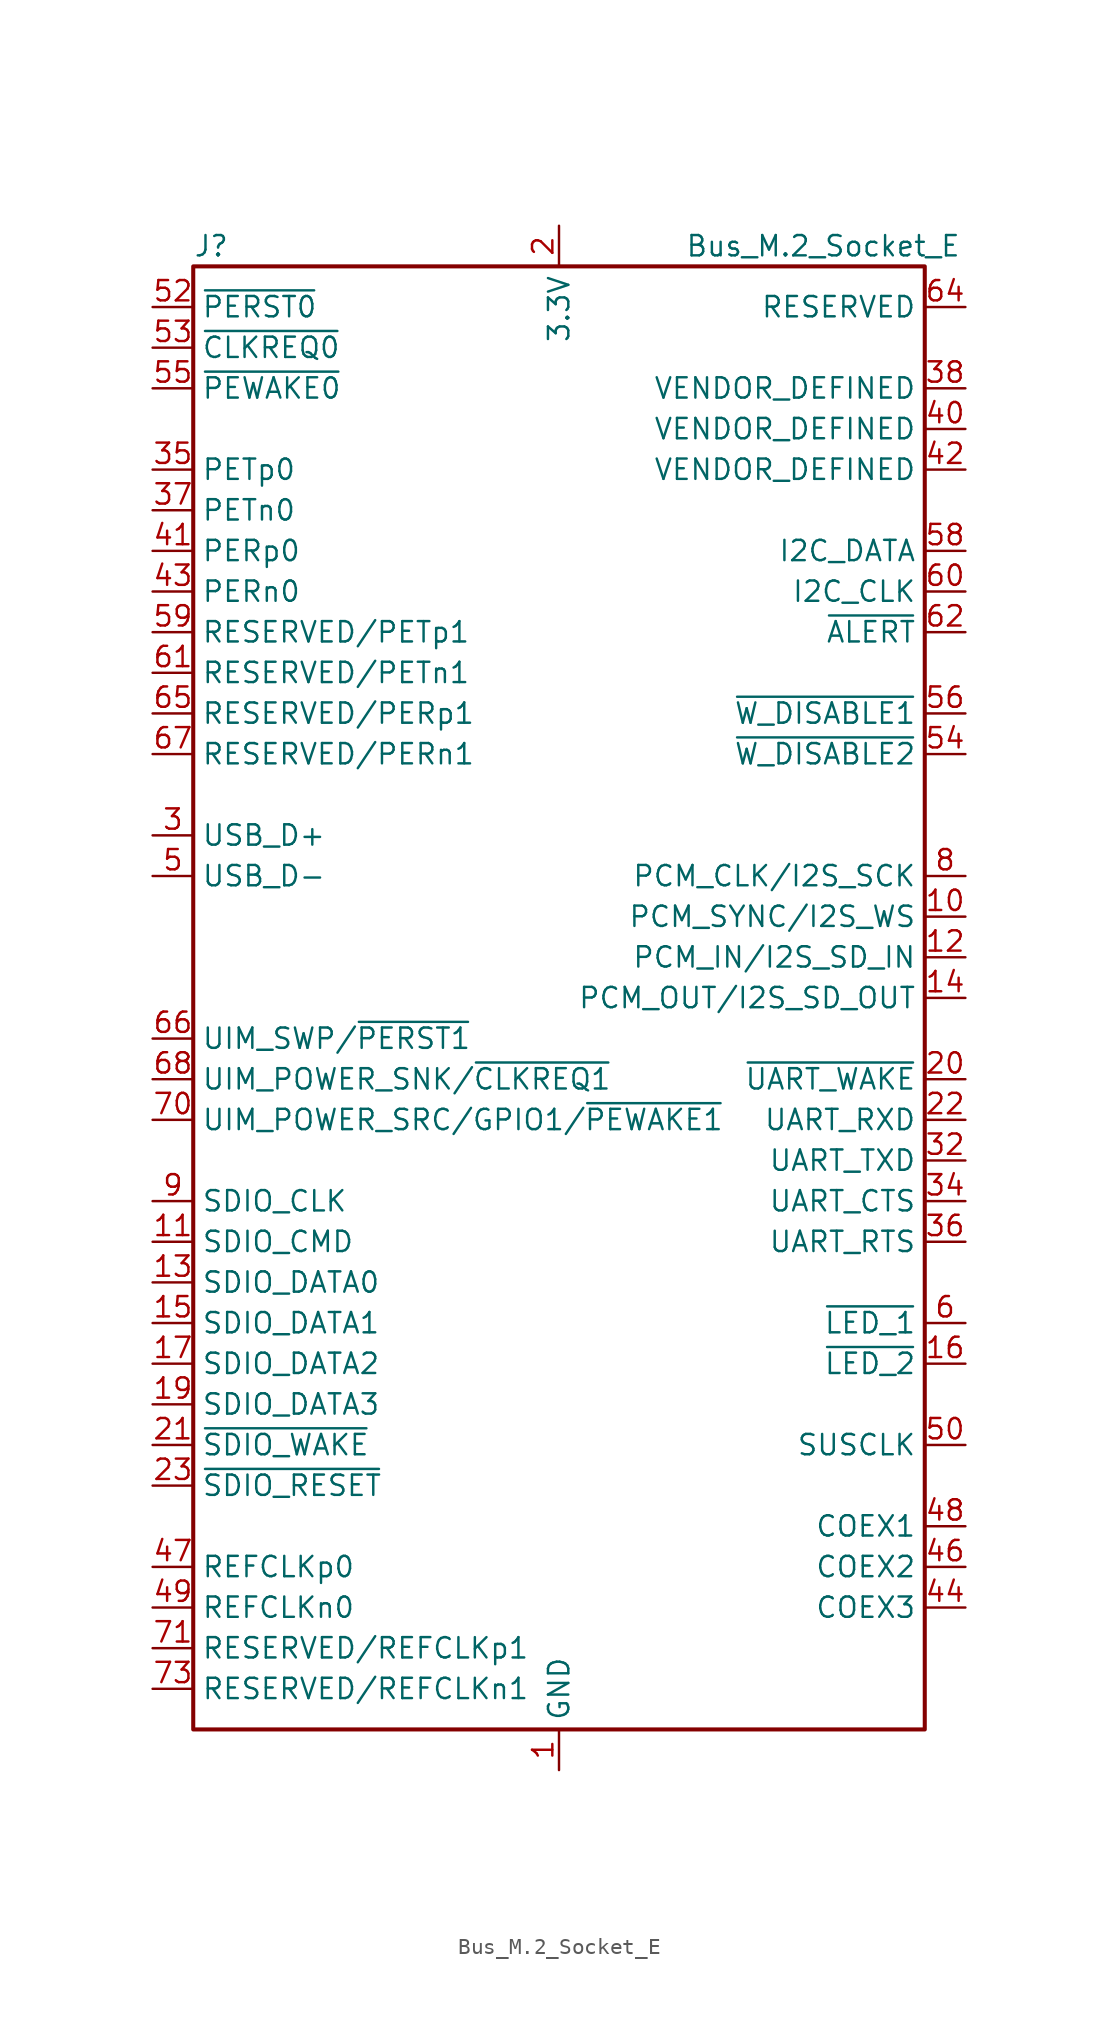
<source format=kicad_sym>
(kicad_symbol_lib
  (version 20211014)
  (generator kicad_symbol_editor)
  (symbol "Bus_M.2_Socket_E"
    (property "Reference" "J"
      (at -22.86 46.99 0)
      (effects (font (size 1.27 1.27)) (justify left)))
    (property "Value" "Bus_M.2_Socket_E"
      (at 16.51 46.99 0)
      (effects (font (size 1.27 1.27))))
    (symbol "Bus_M.2_Socket_E_0_1"
      (rectangle (start -22.86 45.72) (end 22.86 -45.72) (stroke (width 0.254) (type default) (color 0 0 0 0)) (fill (type none))))
    (symbol "Bus_M.2_Socket_E_1_1"
      (pin power_in line (at 0 -48.26 90) (length 2.54) (name "GND" (effects (font (size 1.27 1.27)))) (number "1" (effects (font (size 1.27 1.27)))))
      (pin bidirectional line (at 25.4 5.08 180) (length 2.54) (name "PCM_SYNC/I2S_WS" (effects (font (size 1.27 1.27)))) (number "10" (effects (font (size 1.27 1.27)))))
      (pin bidirectional line (at -25.4 -15.24 0) (length 2.54) (name "SDIO_CMD" (effects (font (size 1.27 1.27)))) (number "11" (effects (font (size 1.27 1.27)))))
      (pin input line (at 25.4 2.54 180) (length 2.54) (name "PCM_IN/I2S_SD_IN" (effects (font (size 1.27 1.27)))) (number "12" (effects (font (size 1.27 1.27)))))
      (pin bidirectional line (at -25.4 -17.78 0) (length 2.54) (name "SDIO_DATA0" (effects (font (size 1.27 1.27)))) (number "13" (effects (font (size 1.27 1.27)))))
      (pin output line (at 25.4 0 180) (length 2.54) (name "PCM_OUT/I2S_SD_OUT" (effects (font (size 1.27 1.27)))) (number "14" (effects (font (size 1.27 1.27)))))
      (pin bidirectional line (at -25.4 -20.32 0) (length 2.54) (name "SDIO_DATA1" (effects (font (size 1.27 1.27)))) (number "15" (effects (font (size 1.27 1.27)))))
      (pin open_collector line (at 25.4 -22.86 180) (length 2.54) (name "~{LED_2}" (effects (font (size 1.27 1.27)))) (number "16" (effects (font (size 1.27 1.27)))))
      (pin bidirectional line (at -25.4 -22.86 0) (length 2.54) (name "SDIO_DATA2" (effects (font (size 1.27 1.27)))) (number "17" (effects (font (size 1.27 1.27)))))
      (pin passive line (at 0 -48.26 90) (length 2.54) hide (name "GND" (effects (font (size 1.27 1.27)))) (number "18" (effects (font (size 1.27 1.27)))))
      (pin bidirectional line (at -25.4 -25.4 0) (length 2.54) (name "SDIO_DATA3" (effects (font (size 1.27 1.27)))) (number "19" (effects (font (size 1.27 1.27)))))
      (pin power_in line (at 0 48.26 270) (length 2.54) (name "3.3V" (effects (font (size 1.27 1.27)))) (number "2" (effects (font (size 1.27 1.27)))))
      (pin input line (at 25.4 -5.08 180) (length 2.54) (name "~{UART_WAKE}" (effects (font (size 1.27 1.27)))) (number "20" (effects (font (size 1.27 1.27)))))
      (pin input line (at -25.4 -27.94 0) (length 2.54) (name "~{SDIO_WAKE}" (effects (font (size 1.27 1.27)))) (number "21" (effects (font (size 1.27 1.27)))))
      (pin input line (at 25.4 -7.62 180) (length 2.54) (name "UART_RXD" (effects (font (size 1.27 1.27)))) (number "22" (effects (font (size 1.27 1.27)))))
      (pin output line (at -25.4 -30.48 0) (length 2.54) (name "~{SDIO_RESET}" (effects (font (size 1.27 1.27)))) (number "23" (effects (font (size 1.27 1.27)))))
      (pin bidirectional line (at -25.4 10.16 0) (length 2.54) (name "USB_D+" (effects (font (size 1.27 1.27)))) (number "3" (effects (font (size 1.27 1.27)))))
      (pin output line (at 25.4 -10.16 180) (length 2.54) (name "UART_TXD" (effects (font (size 1.27 1.27)))) (number "32" (effects (font (size 1.27 1.27)))))
      (pin passive line (at 0 -48.26 90) (length 2.54) hide (name "GND" (effects (font (size 1.27 1.27)))) (number "33" (effects (font (size 1.27 1.27)))))
      (pin input line (at 25.4 -12.7 180) (length 2.54) (name "UART_CTS" (effects (font (size 1.27 1.27)))) (number "34" (effects (font (size 1.27 1.27)))))
      (pin output line (at -25.4 33.02 0) (length 2.54) (name "PETp0" (effects (font (size 1.27 1.27)))) (number "35" (effects (font (size 1.27 1.27)))))
      (pin output line (at 25.4 -15.24 180) (length 2.54) (name "UART_RTS" (effects (font (size 1.27 1.27)))) (number "36" (effects (font (size 1.27 1.27)))))
      (pin output line (at -25.4 30.48 0) (length 2.54) (name "PETn0" (effects (font (size 1.27 1.27)))) (number "37" (effects (font (size 1.27 1.27)))))
      (pin passive line (at 25.4 38.1 180) (length 2.54) (name "VENDOR_DEFINED" (effects (font (size 1.27 1.27)))) (number "38" (effects (font (size 1.27 1.27)))))
      (pin passive line (at 0 -48.26 90) (length 2.54) hide (name "GND" (effects (font (size 1.27 1.27)))) (number "39" (effects (font (size 1.27 1.27)))))
      (pin passive line (at 0 48.26 270) (length 2.54) hide (name "3.3V" (effects (font (size 1.27 1.27)))) (number "4" (effects (font (size 1.27 1.27)))))
      (pin passive line (at 25.4 35.56 180) (length 2.54) (name "VENDOR_DEFINED" (effects (font (size 1.27 1.27)))) (number "40" (effects (font (size 1.27 1.27)))))
      (pin input line (at -25.4 27.94 0) (length 2.54) (name "PERp0" (effects (font (size 1.27 1.27)))) (number "41" (effects (font (size 1.27 1.27)))))
      (pin passive line (at 25.4 33.02 180) (length 2.54) (name "VENDOR_DEFINED" (effects (font (size 1.27 1.27)))) (number "42" (effects (font (size 1.27 1.27)))))
      (pin input line (at -25.4 25.4 0) (length 2.54) (name "PERn0" (effects (font (size 1.27 1.27)))) (number "43" (effects (font (size 1.27 1.27)))))
      (pin bidirectional line (at 25.4 -38.1 180) (length 2.54) (name "COEX3" (effects (font (size 1.27 1.27)))) (number "44" (effects (font (size 1.27 1.27)))))
      (pin passive line (at 0 -48.26 90) (length 2.54) hide (name "GND" (effects (font (size 1.27 1.27)))) (number "45" (effects (font (size 1.27 1.27)))))
      (pin bidirectional line (at 25.4 -35.56 180) (length 2.54) (name "COEX2" (effects (font (size 1.27 1.27)))) (number "46" (effects (font (size 1.27 1.27)))))
      (pin output line (at -25.4 -35.56 0) (length 2.54) (name "REFCLKp0" (effects (font (size 1.27 1.27)))) (number "47" (effects (font (size 1.27 1.27)))))
      (pin bidirectional line (at 25.4 -33.02 180) (length 2.54) (name "COEX1" (effects (font (size 1.27 1.27)))) (number "48" (effects (font (size 1.27 1.27)))))
      (pin output line (at -25.4 -38.1 0) (length 2.54) (name "REFCLKn0" (effects (font (size 1.27 1.27)))) (number "49" (effects (font (size 1.27 1.27)))))
      (pin bidirectional line (at -25.4 7.62 0) (length 2.54) (name "USB_D-" (effects (font (size 1.27 1.27)))) (number "5" (effects (font (size 1.27 1.27)))))
      (pin output line (at 25.4 -27.94 180) (length 2.54) (name "SUSCLK" (effects (font (size 1.27 1.27)))) (number "50" (effects (font (size 1.27 1.27)))))
      (pin passive line (at 0 -48.26 90) (length 2.54) hide (name "GND" (effects (font (size 1.27 1.27)))) (number "51" (effects (font (size 1.27 1.27)))))
      (pin output line (at -25.4 43.18 0) (length 2.54) (name "~{PERST0}" (effects (font (size 1.27 1.27)))) (number "52" (effects (font (size 1.27 1.27)))))
      (pin bidirectional line (at -25.4 40.64 0) (length 2.54) (name "~{CLKREQ0}" (effects (font (size 1.27 1.27)))) (number "53" (effects (font (size 1.27 1.27)))))
      (pin output line (at 25.4 15.24 180) (length 2.54) (name "~{W_DISABLE2}" (effects (font (size 1.27 1.27)))) (number "54" (effects (font (size 1.27 1.27)))))
      (pin bidirectional line (at -25.4 38.1 0) (length 2.54) (name "~{PEWAKE0}" (effects (font (size 1.27 1.27)))) (number "55" (effects (font (size 1.27 1.27)))))
      (pin output line (at 25.4 17.78 180) (length 2.54) (name "~{W_DISABLE1}" (effects (font (size 1.27 1.27)))) (number "56" (effects (font (size 1.27 1.27)))))
      (pin passive line (at 0 -48.26 90) (length 2.54) hide (name "GND" (effects (font (size 1.27 1.27)))) (number "57" (effects (font (size 1.27 1.27)))))
      (pin bidirectional line (at 25.4 27.94 180) (length 2.54) (name "I2C_DATA" (effects (font (size 1.27 1.27)))) (number "58" (effects (font (size 1.27 1.27)))))
      (pin output line (at -25.4 22.86 0) (length 2.54) (name "RESERVED/PETp1" (effects (font (size 1.27 1.27)))) (number "59" (effects (font (size 1.27 1.27)))))
      (pin open_collector line (at 25.4 -20.32 180) (length 2.54) (name "~{LED_1}" (effects (font (size 1.27 1.27)))) (number "6" (effects (font (size 1.27 1.27)))))
      (pin output line (at 25.4 25.4 180) (length 2.54) (name "I2C_CLK" (effects (font (size 1.27 1.27)))) (number "60" (effects (font (size 1.27 1.27)))))
      (pin output line (at -25.4 20.32 0) (length 2.54) (name "RESERVED/PETn1" (effects (font (size 1.27 1.27)))) (number "61" (effects (font (size 1.27 1.27)))))
      (pin input line (at 25.4 22.86 180) (length 2.54) (name "~{ALERT}" (effects (font (size 1.27 1.27)))) (number "62" (effects (font (size 1.27 1.27)))))
      (pin passive line (at 0 -48.26 90) (length 2.54) hide (name "GND" (effects (font (size 1.27 1.27)))) (number "63" (effects (font (size 1.27 1.27)))))
      (pin passive line (at 25.4 43.18 180) (length 2.54) (name "RESERVED" (effects (font (size 1.27 1.27)))) (number "64" (effects (font (size 1.27 1.27)))))
      (pin input line (at -25.4 17.78 0) (length 2.54) (name "RESERVED/PERp1" (effects (font (size 1.27 1.27)))) (number "65" (effects (font (size 1.27 1.27)))))
      (pin output line (at -25.4 -2.54 0) (length 2.54) (name "UIM_SWP/~{PERST1}" (effects (font (size 1.27 1.27)))) (number "66" (effects (font (size 1.27 1.27)))))
      (pin input line (at -25.4 15.24 0) (length 2.54) (name "RESERVED/PERn1" (effects (font (size 1.27 1.27)))) (number "67" (effects (font (size 1.27 1.27)))))
      (pin bidirectional line (at -25.4 -5.08 0) (length 2.54) (name "UIM_POWER_SNK/~{CLKREQ1}" (effects (font (size 1.27 1.27)))) (number "68" (effects (font (size 1.27 1.27)))))
      (pin passive line (at 0 -48.26 90) (length 2.54) hide (name "GND" (effects (font (size 1.27 1.27)))) (number "69" (effects (font (size 1.27 1.27)))))
      (pin passive line (at 0 -48.26 90) (length 2.54) hide (name "GND" (effects (font (size 1.27 1.27)))) (number "7" (effects (font (size 1.27 1.27)))))
      (pin bidirectional line (at -25.4 -7.62 0) (length 2.54) (name "UIM_POWER_SRC/GPIO1/~{PEWAKE1}" (effects (font (size 1.27 1.27)))) (number "70" (effects (font (size 1.27 1.27)))))
      (pin output line (at -25.4 -40.64 0) (length 2.54) (name "RESERVED/REFCLKp1" (effects (font (size 1.27 1.27)))) (number "71" (effects (font (size 1.27 1.27)))))
      (pin passive line (at 0 48.26 270) (length 2.54) hide (name "3.3V" (effects (font (size 1.27 1.27)))) (number "72" (effects (font (size 1.27 1.27)))))
      (pin output line (at -25.4 -43.18 0) (length 2.54) (name "RESERVED/REFCLKn1" (effects (font (size 1.27 1.27)))) (number "73" (effects (font (size 1.27 1.27)))))
      (pin passive line (at 0 48.26 270) (length 2.54) hide (name "3.3V" (effects (font (size 1.27 1.27)))) (number "74" (effects (font (size 1.27 1.27)))))
      (pin passive line (at 0 -48.26 90) (length 2.54) hide (name "GND" (effects (font (size 1.27 1.27)))) (number "75" (effects (font (size 1.27 1.27)))))
      (pin bidirectional line (at 25.4 7.62 180) (length 2.54) (name "PCM_CLK/I2S_SCK" (effects (font (size 1.27 1.27)))) (number "8" (effects (font (size 1.27 1.27)))))
      (pin output line (at -25.4 -12.7 0) (length 2.54) (name "SDIO_CLK" (effects (font (size 1.27 1.27)))) (number "9" (effects (font (size 1.27 1.27))))))))
</source>
